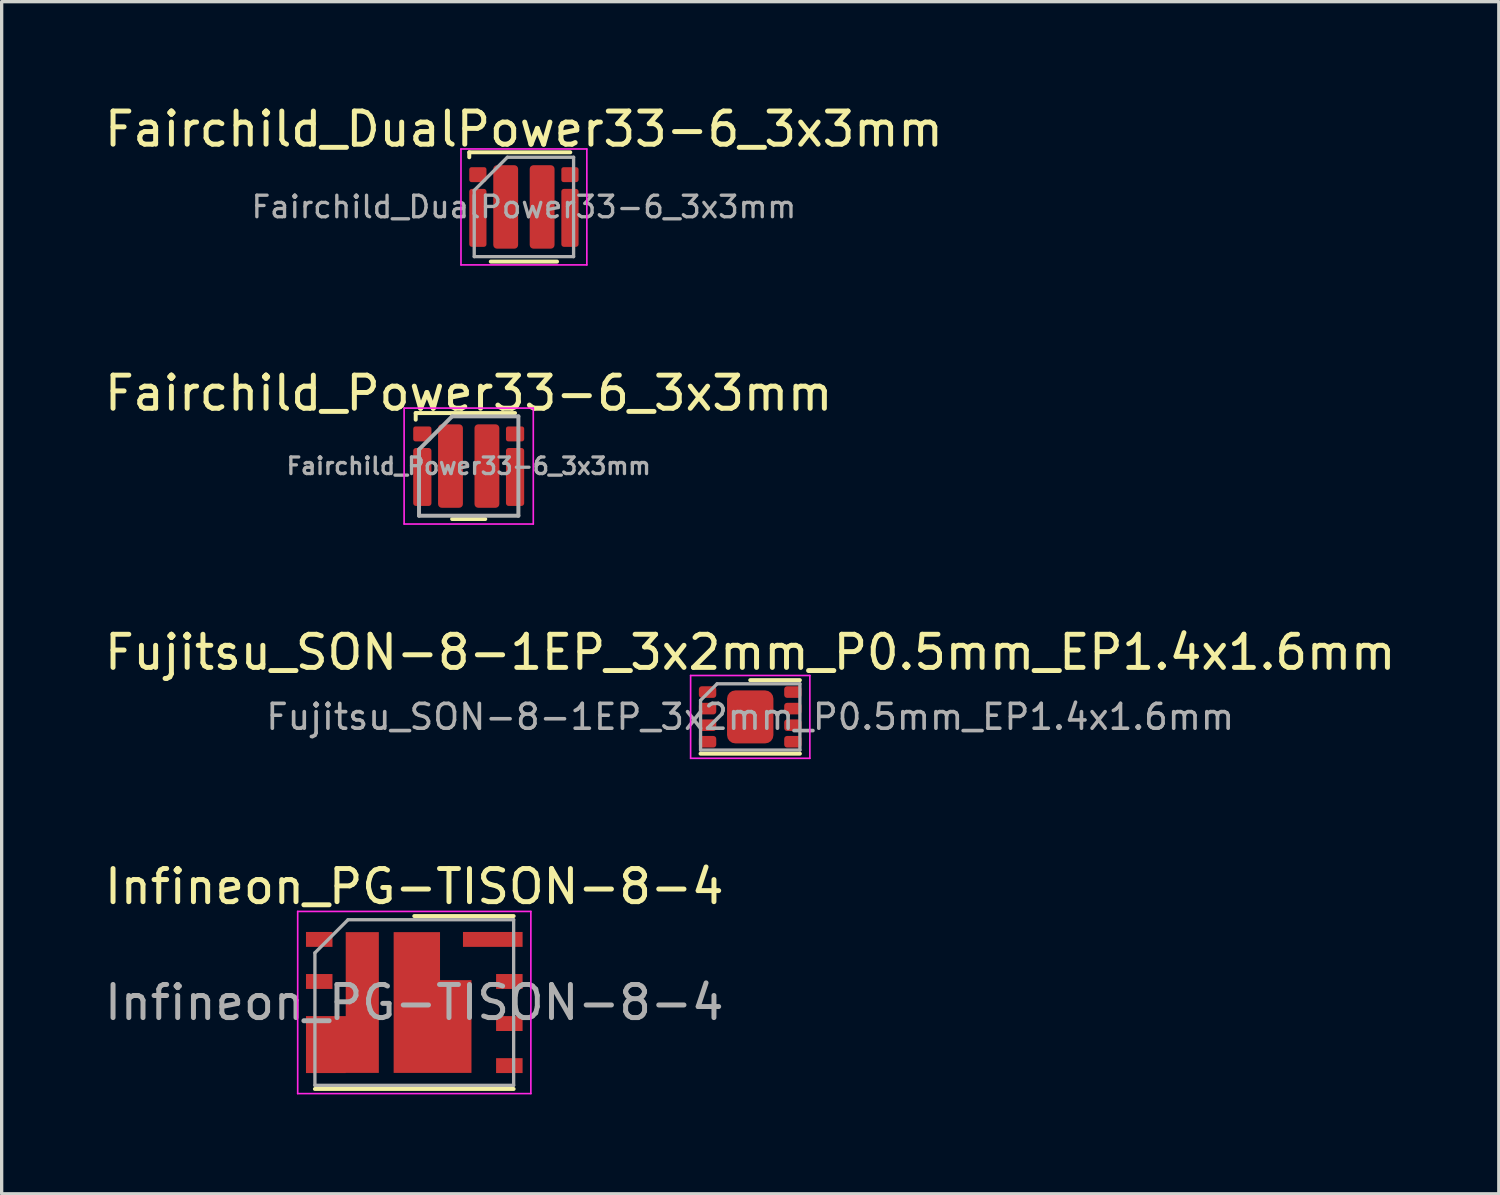
<source format=kicad_pcb>
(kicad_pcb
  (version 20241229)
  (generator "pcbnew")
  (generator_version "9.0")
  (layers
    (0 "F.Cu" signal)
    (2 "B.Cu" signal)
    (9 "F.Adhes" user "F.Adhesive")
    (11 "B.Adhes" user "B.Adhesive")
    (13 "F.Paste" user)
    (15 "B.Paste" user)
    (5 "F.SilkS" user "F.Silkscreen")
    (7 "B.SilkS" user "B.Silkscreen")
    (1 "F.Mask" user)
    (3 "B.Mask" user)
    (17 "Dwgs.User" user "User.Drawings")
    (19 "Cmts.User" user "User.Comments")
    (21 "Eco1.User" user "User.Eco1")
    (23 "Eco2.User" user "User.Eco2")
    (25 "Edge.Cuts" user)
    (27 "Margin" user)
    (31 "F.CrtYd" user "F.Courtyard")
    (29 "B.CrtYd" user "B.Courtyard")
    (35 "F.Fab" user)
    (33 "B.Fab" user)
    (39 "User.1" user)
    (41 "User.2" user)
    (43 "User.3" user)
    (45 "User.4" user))
  (footprint "Fairchild_Power33-6_3x3mm"
    (layer "F.Cu")
    (at 11.101 11.021)
    (property "Reference" "Fairchild_Power33-6_3x3mm" (at 0 -2.2 0) (layer "F.SilkS") (effects (font (size 1 1) (thickness 0.15))))
    (attr smd)
    (fp_line (start -1.6 -1.6) (end -1.6 -1.4) (stroke (width 0.12) (type solid)) (layer "F.SilkS"))
    (fp_line (start -0.5 1.6) (end 0.5 1.6) (stroke (width 0.12) (type solid)) (layer "F.SilkS"))
    (fp_line (start 1.4 -1.6) (end -1.6 -1.6) (stroke (width 0.12) (type solid)) (layer "F.SilkS"))
    (fp_line (start -1.95 -1.75) (end 1.95 -1.75) (stroke (width 0.05) (type solid)) (layer "F.CrtYd"))
    (fp_line (start -1.95 1.75) (end -1.95 -1.75) (stroke (width 0.05) (type solid)) (layer "F.CrtYd"))
    (fp_line (start 1.95 -1.75) (end 1.95 1.75) (stroke (width 0.05) (type solid)) (layer "F.CrtYd"))
    (fp_line (start 1.95 1.75) (end -1.95 1.75) (stroke (width 0.05) (type solid)) (layer "F.CrtYd"))
    (fp_line (start -1.5 -0.5) (end -0.5 -1.5) (stroke (width 0.12) (type solid)) (layer "F.Fab"))
    (fp_line (start -1.5 1.5) (end -1.5 -0.5) (stroke (width 0.12) (type solid)) (layer "F.Fab"))
    (fp_line (start -0.5 -1.5) (end 1.5 -1.5) (stroke (width 0.12) (type solid)) (layer "F.Fab"))
    (fp_line (start 1.5 -1.5) (end 1.5 1.5) (stroke (width 0.12) (type solid)) (layer "F.Fab"))
    (fp_line (start 1.5 1.5) (end -1.5 1.5) (stroke (width 0.12) (type solid)) (layer "F.Fab"))
    (fp_text user "${REFERENCE}" (at 0 0 0) (layer "F.Fab") (effects (font (size 0.5 0.5) (thickness 0.1))))
    (pad "1" smd roundrect (at -1.4 -0.97) (size 0.55 0.45) (layers "F.Cu" "F.Mask" "F.Paste") (roundrect_rratio 0.15))
    (pad "2" smd roundrect (at -1.4 0.33) (size 0.55 1.75) (layers "F.Cu" "F.Mask" "F.Paste") (roundrect_rratio 0.15))
    (pad "3" smd roundrect (at -0.55 0) (size 0.75 2.52) (layers "F.Cu" "F.Mask" "F.Paste") (roundrect_rratio 0.15))
    (pad "4" smd roundrect (at 0.55 0) (size 0.75 2.52) (layers "F.Cu" "F.Mask" "F.Paste") (roundrect_rratio 0.15))
    (pad "5" smd roundrect (at 1.4 0.33) (size 0.55 1.75) (layers "F.Cu" "F.Mask" "F.Paste") (roundrect_rratio 0.15))
    (pad "6" smd roundrect (at 1.4 -0.97) (size 0.55 0.45) (layers "F.Cu" "F.Mask" "F.Paste") (roundrect_rratio 0.15)))
  (footprint "Infineon_PG-TISON-8-4"
    (layer "F.Cu")
    (at 9.458 27.218)
    (property "Reference" "Infineon_PG-TISON-8-4" (at 0 -3.5 0) (layer "F.SilkS") (effects (font (size 1 1) (thickness 0.15))))
    (attr smd)
    (fp_line (start 3 -2.61) (end 0 -2.61) (stroke (width 0.12) (type solid)) (layer "F.SilkS"))
    (fp_line (start 3 2.61) (end -3 2.61) (stroke (width 0.12) (type solid)) (layer "F.SilkS"))
    (fp_line (start -3.52 -2.75) (end 3.52 -2.75) (stroke (width 0.05) (type solid)) (layer "F.CrtYd"))
    (fp_line (start -3.52 2.75) (end -3.52 -2.75) (stroke (width 0.05) (type solid)) (layer "F.CrtYd"))
    (fp_line (start 3.52 -2.75) (end 3.52 2.75) (stroke (width 0.05) (type solid)) (layer "F.CrtYd"))
    (fp_line (start 3.52 2.75) (end -3.52 2.75) (stroke (width 0.05) (type solid)) (layer "F.CrtYd"))
    (fp_line (start -3 -1.5) (end -3 2.5) (stroke (width 0.1) (type solid)) (layer "F.Fab"))
    (fp_line (start -2 -2.5) (end -3 -1.5) (stroke (width 0.1) (type solid)) (layer "F.Fab"))
    (fp_line (start -2 -2.5) (end 3 -2.5) (stroke (width 0.1) (type solid)) (layer "F.Fab"))
    (fp_line (start 3 -2.5) (end 3 2.5) (stroke (width 0.1) (type solid)) (layer "F.Fab"))
    (fp_line (start 3 2.5) (end -3 2.5) (stroke (width 0.1) (type solid)) (layer "F.Fab"))
    (fp_text user "${REFERENCE}" (at 0 0 0) (layer "F.Fab") (effects (font (size 1 1) (thickness 0.15))))
    (pad "" smd rect (at -2.87 0.635) (size 0.7 0.35) (layers "F.Paste"))
    (pad "" smd rect (at -2.87 0.635) (size 0.8 0.45) (layers "F.Mask"))
    (pad "" smd rect (at -2.87 1.905) (size 0.7 0.35) (layers "F.Paste"))
    (pad "" smd rect (at -2.87 1.905) (size 0.8 0.45) (layers "F.Mask"))
    (pad "" smd rect (at -1.57 -1.5) (size 0.8 0.75) (layers "F.Paste"))
    (pad "" smd rect (at -1.57 -0.5) (size 0.8 0.75) (layers "F.Paste"))
    (pad "" smd rect (at -1.57 0) (size 1 4.25) (layers "F.Mask"))
    (pad "" smd rect (at -1.57 0.5) (size 0.8 0.75) (layers "F.Paste"))
    (pad "" smd rect (at -1.57 1.5) (size 0.8 0.75) (layers "F.Paste"))
    (pad "" smd rect (at 0 -1.5) (size 0.85 0.75) (layers "F.Paste"))
    (pad "" smd rect (at 0 -0.5) (size 0.85 0.75) (layers "F.Paste"))
    (pad "" smd rect (at 0 0.5) (size 0.85 0.75) (layers "F.Paste"))
    (pad "" smd rect (at 0 1.5) (size 0.85 0.75) (layers "F.Paste"))
    (pad "" smd rect (at 1.1 -0.315) (size 0.85 0.38) (layers "F.Paste"))
    (pad "" smd rect (at 1.1 0.5) (size 0.85 0.75) (layers "F.Paste"))
    (pad "" smd rect (at 1.1 1.5) (size 0.85 0.75) (layers "F.Paste"))
    (pad "" smd rect (at 1.92 -1.905) (size 0.8 0.35) (layers "F.Paste"))
    (pad "" smd rect (at 2.87 -1.905) (size 0.7 0.35) (layers "F.Paste"))
    (pad "1" smd rect (at -2.87 -1.905) (size 0.8 0.45) (layers "F.Cu" "F.Mask" "F.Paste"))
    (pad "2" smd rect (at -2.87 -0.635) (size 0.8 0.45) (layers "F.Cu" "F.Mask" "F.Paste"))
    (pad "3" smd custom (at -1.57 0) (size 1 4.25) (layers "F.Cu") (options (anchor rect)) (primitives (gr_poly (pts (xy -0.5 0.41) (xy -1.7 0.41) (xy -1.7 2.13) (xy -0.5 2.13)) (width 0) (fill yes))))
    (pad "4" smd rect (at 2.87 1.905) (size 0.8 0.45) (layers "F.Cu" "F.Mask" "F.Paste"))
    (pad "5" smd rect (at 2.87 0.635) (size 0.8 0.45) (layers "F.Cu" "F.Mask" "F.Paste"))
    (pad "6" smd rect (at 2.87 -0.635) (size 0.8 0.45) (layers "F.Cu" "F.Mask" "F.Paste"))
    (pad "7" smd rect (at 2.37 -1.905) (size 1.8 0.45) (layers "F.Cu" "F.Mask"))
    (pad "8" smd custom (at 0.077 0) (size 1.4 4.25) (layers "F.Cu" "F.Mask") (options (anchor rect)) (primitives (gr_poly (pts (xy 0.7 -0.675) (xy 1.65 -0.675) (xy 1.65 2.125) (xy 0.7 2.125)) (width 0) (fill yes)))))
  (footprint "Fairchild_DualPower33-6_3x3mm"
    (layer "F.Cu")
    (at 12.768 3.198)
    (property "Reference" "Fairchild_DualPower33-6_3x3mm" (at 0 -2.35 0) (layer "F.SilkS") (effects (font (size 1 1) (thickness 0.15))))
    (attr smd)
    (fp_line (start -1.65 -1.65) (end -1.65 -1.5) (stroke (width 0.12) (type solid)) (layer "F.SilkS"))
    (fp_line (start -1 1.65) (end 1 1.65) (stroke (width 0.12) (type solid)) (layer "F.SilkS"))
    (fp_line (start 1.4 -1.65) (end -1.65 -1.65) (stroke (width 0.12) (type solid)) (layer "F.SilkS"))
    (fp_line (start -1.9 -1.75) (end 1.9 -1.75) (stroke (width 0.05) (type solid)) (layer "F.CrtYd"))
    (fp_line (start -1.9 1.75) (end -1.9 -1.75) (stroke (width 0.05) (type solid)) (layer "F.CrtYd"))
    (fp_line (start 1.9 -1.75) (end 1.9 1.75) (stroke (width 0.05) (type solid)) (layer "F.CrtYd"))
    (fp_line (start 1.9 1.75) (end -1.9 1.75) (stroke (width 0.05) (type solid)) (layer "F.CrtYd"))
    (fp_line (start -1.5 -0.5) (end -0.5 -1.5) (stroke (width 0.1) (type solid)) (layer "F.Fab"))
    (fp_line (start -1.5 1.5) (end -1.5 -0.5) (stroke (width 0.1) (type solid)) (layer "F.Fab"))
    (fp_line (start -0.5 -1.5) (end 1.5 -1.5) (stroke (width 0.1) (type solid)) (layer "F.Fab"))
    (fp_line (start 1.5 -1.5) (end 1.5 1.5) (stroke (width 0.1) (type solid)) (layer "F.Fab"))
    (fp_line (start 1.5 1.5) (end -1.5 1.5) (stroke (width 0.1) (type solid)) (layer "F.Fab"))
    (fp_text user "${REFERENCE}" (at 0 0 0) (layer "F.Fab") (effects (font (size 0.65 0.65) (thickness 0.1))))
    (pad "1" smd roundrect (at -1.39 -0.975) (size 0.52 0.45) (layers "F.Cu" "F.Mask" "F.Paste") (roundrect_rratio 0.15))
    (pad "2" smd roundrect (at -1.39 0.33) (size 0.52 1.75) (layers "F.Cu" "F.Mask" "F.Paste") (roundrect_rratio 0.15))
    (pad "3" smd roundrect (at 1.39 0.33) (size 0.52 1.75) (layers "F.Cu" "F.Mask" "F.Paste") (roundrect_rratio 0.15))
    (pad "4" smd roundrect (at 1.39 -0.975) (size 0.52 0.45) (layers "F.Cu" "F.Mask" "F.Paste") (roundrect_rratio 0.15))
    (pad "5" smd roundrect (at -0.55 0) (size 0.75 2.52) (layers "F.Cu" "F.Mask" "F.Paste") (roundrect_rratio 0.15))
    (pad "6" smd roundrect (at 0.55 0) (size 0.75 2.52) (layers "F.Cu" "F.Mask" "F.Paste") (roundrect_rratio 0.15)))
  (footprint "Fujitsu_SON-8-1EP_3x2mm_P0.5mm_EP1.4x1.6mm"
    (layer "F.Cu")
    (at 19.601 18.595)
    (property "Reference" "Fujitsu_SON-8-1EP_3x2mm_P0.5mm_EP1.4x1.6mm" (at 0 -1.95 0) (layer "F.SilkS") (effects (font (size 1 1) (thickness 0.15))))
    (attr smd)
    (fp_line (start -1.5 1.11) (end 1.5 1.11) (stroke (width 0.12) (type solid)) (layer "F.SilkS"))
    (fp_line (start 0 -1.11) (end 1.5 -1.11) (stroke (width 0.12) (type solid)) (layer "F.SilkS"))
    (fp_line (start -1.8 -1.25) (end -1.8 1.25) (stroke (width 0.05) (type solid)) (layer "F.CrtYd"))
    (fp_line (start -1.8 1.25) (end 1.8 1.25) (stroke (width 0.05) (type solid)) (layer "F.CrtYd"))
    (fp_line (start 1.8 -1.25) (end -1.8 -1.25) (stroke (width 0.05) (type solid)) (layer "F.CrtYd"))
    (fp_line (start 1.8 1.25) (end 1.8 -1.25) (stroke (width 0.05) (type solid)) (layer "F.CrtYd"))
    (fp_line (start -1.5 -0.5) (end -1 -1) (stroke (width 0.1) (type solid)) (layer "F.Fab"))
    (fp_line (start -1.5 1) (end -1.5 -0.5) (stroke (width 0.1) (type solid)) (layer "F.Fab"))
    (fp_line (start -1 -1) (end 1.5 -1) (stroke (width 0.1) (type solid)) (layer "F.Fab"))
    (fp_line (start 1.5 -1) (end 1.5 1) (stroke (width 0.1) (type solid)) (layer "F.Fab"))
    (fp_line (start 1.5 1) (end -1.5 1) (stroke (width 0.1) (type solid)) (layer "F.Fab"))
    (fp_text user "${REFERENCE}" (at 0 0 0) (layer "F.Fab") (effects (font (size 0.75 0.75) (thickness 0.11))))
    (pad "" smd roundrect (at -0.35 -0.4) (size 0.56 0.64) (layers "F.Paste") (roundrect_rratio 0.25))
    (pad "" smd roundrect (at -0.35 0.4) (size 0.56 0.64) (layers "F.Paste") (roundrect_rratio 0.25))
    (pad "" smd roundrect (at 0.35 -0.4) (size 0.56 0.64) (layers "F.Paste") (roundrect_rratio 0.25))
    (pad "" smd roundrect (at 0.35 0.4) (size 0.56 0.64) (layers "F.Paste") (roundrect_rratio 0.25))
    (pad "1" smd roundrect (at -1.288 -0.75) (size 0.525 0.35) (layers "F.Cu" "F.Mask" "F.Paste") (roundrect_rratio 0.25))
    (pad "2" smd roundrect (at -1.288 -0.25) (size 0.525 0.35) (layers "F.Cu" "F.Mask" "F.Paste") (roundrect_rratio 0.25))
    (pad "3" smd roundrect (at -1.288 0.25) (size 0.525 0.35) (layers "F.Cu" "F.Mask" "F.Paste") (roundrect_rratio 0.25))
    (pad "4" smd roundrect (at -1.288 0.75) (size 0.525 0.35) (layers "F.Cu" "F.Mask" "F.Paste") (roundrect_rratio 0.25))
    (pad "5" smd roundrect (at 1.288 0.75) (size 0.525 0.35) (layers "F.Cu" "F.Mask" "F.Paste") (roundrect_rratio 0.25))
    (pad "6" smd roundrect (at 1.288 0.25) (size 0.525 0.35) (layers "F.Cu" "F.Mask" "F.Paste") (roundrect_rratio 0.25))
    (pad "7" smd roundrect (at 1.288 -0.25) (size 0.525 0.35) (layers "F.Cu" "F.Mask" "F.Paste") (roundrect_rratio 0.25))
    (pad "8" smd roundrect (at 1.288 -0.75) (size 0.525 0.35) (layers "F.Cu" "F.Mask" "F.Paste") (roundrect_rratio 0.25))
    (pad "9" smd roundrect (at 0 0) (size 1.4 1.6) (layers "F.Cu" "F.Mask") (roundrect_rratio 0.179)))
  (gr_rect
    (start -3 -3)
    (end 42.202 32.993)
    (stroke (width 0.1) (type default))
    (fill no)
    (layer "Edge.Cuts")))
</source>
